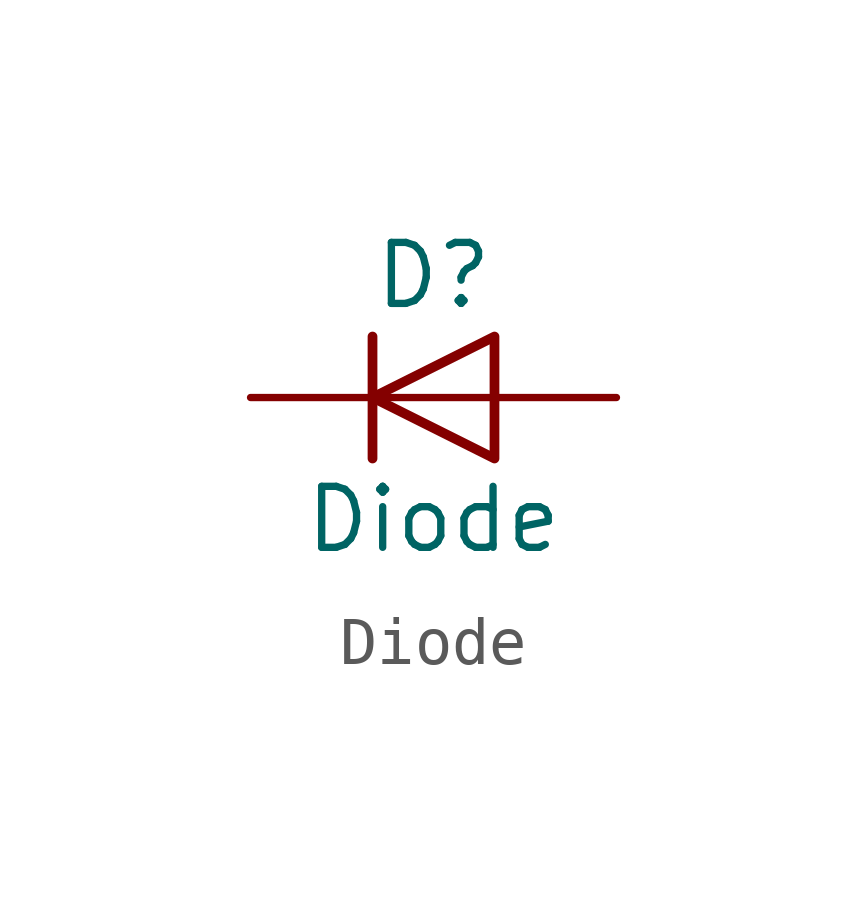
<source format=kicad_sym>
(kicad_symbol_lib
  (version 20220914)
  (generator kicad_symbol_editor)
  (symbol "Diode"
    (pin_numbers hide)
    (pin_names
      (offset 1.016) hide)
    (property "Reference" "D"
      (at 0 2.54 0)
      (effects (font (size 1.27 1.27))))
    (property "Value" "Diode"
      (at 0 -2.54 0)
      (effects (font (size 1.27 1.27))))
    (symbol "Diode_0_1"
      (polyline (pts (xy -1.27 1.27) (xy -1.27 -1.27)) (stroke (width 0.203) (type default)) (fill (type none)))
      (polyline (pts (xy 1.27 0) (xy -1.27 0)) (stroke (width 0) (type default)) (fill (type none)))
      (polyline (pts (xy 1.27 1.27) (xy 1.27 -1.27) (xy -1.27 0) (xy 1.27 1.27)) (stroke (width 0.203) (type default)) (fill (type none))))
    (symbol "Diode_1_1"
      (pin passive line (at -3.81 0 0) (length 2.54) (name "K" (effects (font (size 1.27 1.27)))) (number "1" (effects (font (size 1.27 1.27)))))
      (pin passive line (at 3.81 0 180) (length 2.54) (name "A" (effects (font (size 1.27 1.27)))) (number "2" (effects (font (size 1.27 1.27))))))))
</source>
